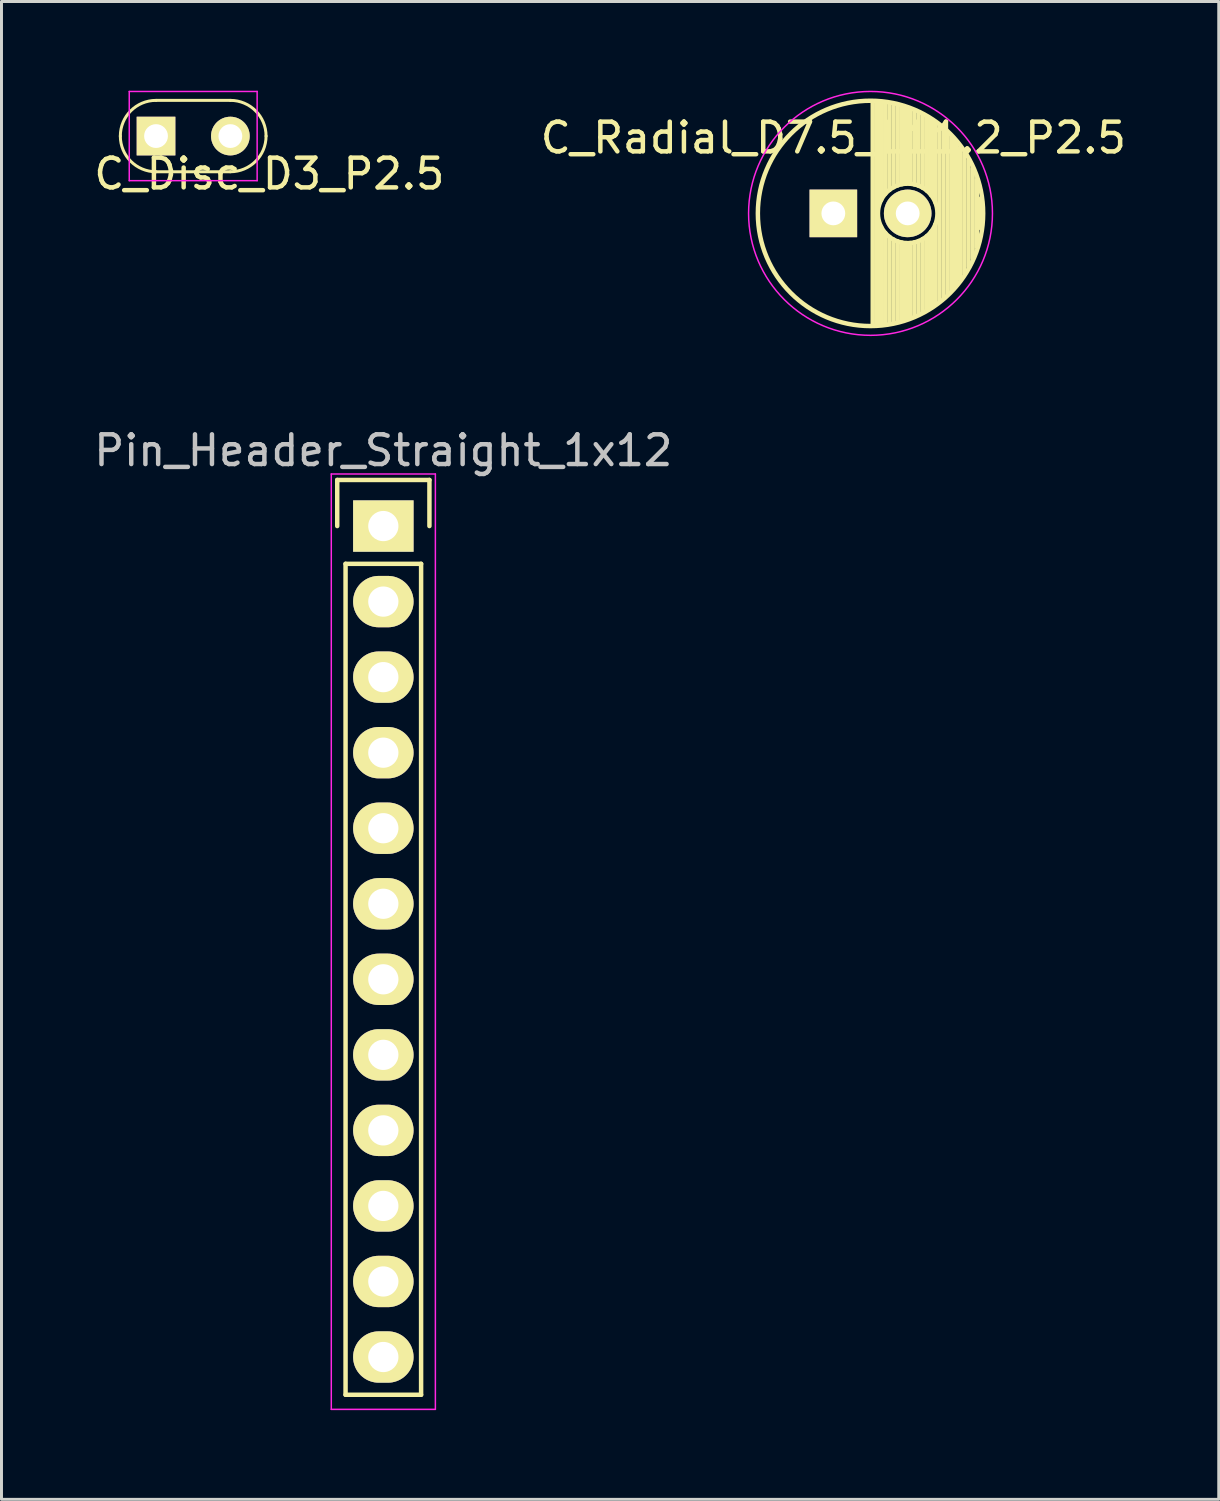
<source format=kicad_pcb>
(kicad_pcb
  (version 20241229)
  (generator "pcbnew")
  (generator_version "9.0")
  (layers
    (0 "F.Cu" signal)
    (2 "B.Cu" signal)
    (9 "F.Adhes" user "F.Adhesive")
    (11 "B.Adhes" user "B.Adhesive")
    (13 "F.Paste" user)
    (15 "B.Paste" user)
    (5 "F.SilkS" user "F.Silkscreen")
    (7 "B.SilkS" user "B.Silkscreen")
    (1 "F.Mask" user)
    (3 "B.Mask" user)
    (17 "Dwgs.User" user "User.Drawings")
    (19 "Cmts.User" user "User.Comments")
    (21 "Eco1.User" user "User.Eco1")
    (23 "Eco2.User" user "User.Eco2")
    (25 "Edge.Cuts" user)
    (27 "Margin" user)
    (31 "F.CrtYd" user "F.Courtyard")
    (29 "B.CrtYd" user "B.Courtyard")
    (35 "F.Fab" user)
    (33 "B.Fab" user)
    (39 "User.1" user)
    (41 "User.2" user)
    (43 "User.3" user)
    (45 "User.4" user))
  (footprint "C_Radial_D7.5_L11.2_P2.5"
    (layer "F.Cu")
    (at 24.97 4.125)
    (property "Reference" "C_Radial_D7.5_L11.2_P2.5" (at 0 -2.54 0) (layer "F.SilkS") (effects (font (size 1 1) (thickness 0.15))))
    (attr through_hole)
    (fp_line (start 1.325 -3.749) (end 1.325 3.749) (stroke (width 0.15) (type solid)) (layer "F.SilkS"))
    (fp_line (start 1.465 -3.744) (end 1.465 3.744) (stroke (width 0.15) (type solid)) (layer "F.SilkS"))
    (fp_line (start 1.605 -3.733) (end 1.605 -0.446) (stroke (width 0.15) (type solid)) (layer "F.SilkS"))
    (fp_line (start 1.605 0.446) (end 1.605 3.733) (stroke (width 0.15) (type solid)) (layer "F.SilkS"))
    (fp_line (start 1.745 -3.717) (end 1.745 -0.656) (stroke (width 0.15) (type solid)) (layer "F.SilkS"))
    (fp_line (start 1.745 0.656) (end 1.745 3.717) (stroke (width 0.15) (type solid)) (layer "F.SilkS"))
    (fp_line (start 1.885 -3.696) (end 1.885 -0.789) (stroke (width 0.15) (type solid)) (layer "F.SilkS"))
    (fp_line (start 1.885 0.789) (end 1.885 3.696) (stroke (width 0.15) (type solid)) (layer "F.SilkS"))
    (fp_line (start 2.025 -3.669) (end 2.025 -0.88) (stroke (width 0.15) (type solid)) (layer "F.SilkS"))
    (fp_line (start 2.025 0.88) (end 2.025 3.669) (stroke (width 0.15) (type solid)) (layer "F.SilkS"))
    (fp_line (start 2.165 -3.637) (end 2.165 -0.942) (stroke (width 0.15) (type solid)) (layer "F.SilkS"))
    (fp_line (start 2.165 0.942) (end 2.165 3.637) (stroke (width 0.15) (type solid)) (layer "F.SilkS"))
    (fp_line (start 2.305 -3.599) (end 2.305 -0.981) (stroke (width 0.15) (type solid)) (layer "F.SilkS"))
    (fp_line (start 2.305 0.981) (end 2.305 3.599) (stroke (width 0.15) (type solid)) (layer "F.SilkS"))
    (fp_line (start 2.445 -3.555) (end 2.445 -0.998) (stroke (width 0.15) (type solid)) (layer "F.SilkS"))
    (fp_line (start 2.445 0.998) (end 2.445 3.555) (stroke (width 0.15) (type solid)) (layer "F.SilkS"))
    (fp_line (start 2.585 -3.504) (end 2.585 -0.996) (stroke (width 0.15) (type solid)) (layer "F.SilkS"))
    (fp_line (start 2.585 0.996) (end 2.585 3.504) (stroke (width 0.15) (type solid)) (layer "F.SilkS"))
    (fp_line (start 2.725 -3.448) (end 2.725 -0.974) (stroke (width 0.15) (type solid)) (layer "F.SilkS"))
    (fp_line (start 2.725 0.974) (end 2.725 3.448) (stroke (width 0.15) (type solid)) (layer "F.SilkS"))
    (fp_line (start 2.865 -3.384) (end 2.865 -0.931) (stroke (width 0.15) (type solid)) (layer "F.SilkS"))
    (fp_line (start 2.865 0.931) (end 2.865 3.384) (stroke (width 0.15) (type solid)) (layer "F.SilkS"))
    (fp_line (start 3.005 -3.314) (end 3.005 -0.863) (stroke (width 0.15) (type solid)) (layer "F.SilkS"))
    (fp_line (start 3.005 0.863) (end 3.005 3.314) (stroke (width 0.15) (type solid)) (layer "F.SilkS"))
    (fp_line (start 3.145 -3.236) (end 3.145 -0.764) (stroke (width 0.15) (type solid)) (layer "F.SilkS"))
    (fp_line (start 3.145 0.764) (end 3.145 3.236) (stroke (width 0.15) (type solid)) (layer "F.SilkS"))
    (fp_line (start 3.285 -3.15) (end 3.285 -0.619) (stroke (width 0.15) (type solid)) (layer "F.SilkS"))
    (fp_line (start 3.285 0.619) (end 3.285 3.15) (stroke (width 0.15) (type solid)) (layer "F.SilkS"))
    (fp_line (start 3.425 -3.055) (end 3.425 -0.38) (stroke (width 0.15) (type solid)) (layer "F.SilkS"))
    (fp_line (start 3.425 0.38) (end 3.425 3.055) (stroke (width 0.15) (type solid)) (layer "F.SilkS"))
    (fp_line (start 3.565 -2.95) (end 3.565 2.95) (stroke (width 0.15) (type solid)) (layer "F.SilkS"))
    (fp_line (start 3.705 -2.835) (end 3.705 2.835) (stroke (width 0.15) (type solid)) (layer "F.SilkS"))
    (fp_line (start 3.845 -2.707) (end 3.845 2.707) (stroke (width 0.15) (type solid)) (layer "F.SilkS"))
    (fp_line (start 3.985 -2.566) (end 3.985 2.566) (stroke (width 0.15) (type solid)) (layer "F.SilkS"))
    (fp_line (start 4.125 -2.408) (end 4.125 2.408) (stroke (width 0.15) (type solid)) (layer "F.SilkS"))
    (fp_line (start 4.265 -2.23) (end 4.265 2.23) (stroke (width 0.15) (type solid)) (layer "F.SilkS"))
    (fp_line (start 4.405 -2.027) (end 4.405 2.027) (stroke (width 0.15) (type solid)) (layer "F.SilkS"))
    (fp_line (start 4.545 -1.79) (end 4.545 1.79) (stroke (width 0.15) (type solid)) (layer "F.SilkS"))
    (fp_line (start 4.685 -1.504) (end 4.685 1.504) (stroke (width 0.15) (type solid)) (layer "F.SilkS"))
    (fp_line (start 4.825 -1.132) (end 4.825 1.132) (stroke (width 0.15) (type solid)) (layer "F.SilkS"))
    (fp_line (start 4.965 -0.511) (end 4.965 0.511) (stroke (width 0.15) (type solid)) (layer "F.SilkS"))
    (fp_circle (center 1.25 0) (end 1.25 -3.788) (stroke (width 0.15) (type solid)) (fill no) (layer "F.SilkS"))
    (fp_circle (center 2.5 0) (end 2.5 -1) (stroke (width 0.15) (type solid)) (fill no) (layer "F.SilkS"))
    (fp_circle (center 1.25 0) (end 1.25 -4.1) (stroke (width 0.05) (type solid)) (fill no) (layer "F.CrtYd"))
    (pad "1" thru_hole rect (at 0 0) (size 1.6 1.6) (drill 0.8) (layers "*.Cu" "*.Mask" "F.SilkS"))
    (pad "2" thru_hole circle (at 2.5 0) (size 1.6 1.6) (drill 0.8) (layers "*.Cu" "*.Mask" "F.SilkS")))
  (footprint "Pin_Header_Straight_1x12"
    (layer "F.Cu")
    (at 9.839 14.638)
    (property "Reference" "Pin_Header_Straight_1x12" (at 0 -2.54 0) (layer "Dwgs.User") (effects (font (size 1 1) (thickness 0.15))))
    (attr through_hole)
    (fp_line (start -1.55 -1.55) (end 1.55 -1.55) (stroke (width 0.15) (type solid)) (layer "F.SilkS"))
    (fp_line (start -1.55 0) (end -1.55 -1.55) (stroke (width 0.15) (type solid)) (layer "F.SilkS"))
    (fp_line (start -1.27 29.21) (end -1.27 1.27) (stroke (width 0.15) (type solid)) (layer "F.SilkS"))
    (fp_line (start 1.27 1.27) (end -1.27 1.27) (stroke (width 0.15) (type solid)) (layer "F.SilkS"))
    (fp_line (start 1.27 1.27) (end 1.27 29.21) (stroke (width 0.15) (type solid)) (layer "F.SilkS"))
    (fp_line (start 1.27 29.21) (end -1.27 29.21) (stroke (width 0.15) (type solid)) (layer "F.SilkS"))
    (fp_line (start 1.55 -1.55) (end 1.55 0) (stroke (width 0.15) (type solid)) (layer "F.SilkS"))
    (fp_line (start -1.75 -1.75) (end -1.75 29.7) (stroke (width 0.05) (type solid)) (layer "F.CrtYd"))
    (fp_line (start -1.75 -1.75) (end 1.75 -1.75) (stroke (width 0.05) (type solid)) (layer "F.CrtYd"))
    (fp_line (start -1.75 29.7) (end 1.75 29.7) (stroke (width 0.05) (type solid)) (layer "F.CrtYd"))
    (fp_line (start 1.75 -1.75) (end 1.75 29.7) (stroke (width 0.05) (type solid)) (layer "F.CrtYd"))
    (pad "1" thru_hole rect (at 0 0) (size 2.032 1.727) (drill 1.016) (layers "*.Cu" "*.Mask" "F.SilkS"))
    (pad "2" thru_hole oval (at 0 2.54) (size 2.032 1.727) (drill 1.016) (layers "*.Cu" "*.Mask" "F.SilkS"))
    (pad "3" thru_hole oval (at 0 5.08) (size 2.032 1.727) (drill 1.016) (layers "*.Cu" "*.Mask" "F.SilkS"))
    (pad "4" thru_hole oval (at 0 7.62) (size 2.032 1.727) (drill 1.016) (layers "*.Cu" "*.Mask" "F.SilkS"))
    (pad "5" thru_hole oval (at 0 10.16) (size 2.032 1.727) (drill 1.016) (layers "*.Cu" "*.Mask" "F.SilkS"))
    (pad "6" thru_hole oval (at 0 12.7) (size 2.032 1.727) (drill 1.016) (layers "*.Cu" "*.Mask" "F.SilkS"))
    (pad "7" thru_hole oval (at 0 15.24) (size 2.032 1.727) (drill 1.016) (layers "*.Cu" "*.Mask" "F.SilkS"))
    (pad "8" thru_hole oval (at 0 17.78) (size 2.032 1.727) (drill 1.016) (layers "*.Cu" "*.Mask" "F.SilkS"))
    (pad "9" thru_hole oval (at 0 20.32) (size 2.032 1.727) (drill 1.016) (layers "*.Cu" "*.Mask" "F.SilkS"))
    (pad "10" thru_hole oval (at 0 22.86) (size 2.032 1.727) (drill 1.016) (layers "*.Cu" "*.Mask" "F.SilkS"))
    (pad "11" thru_hole oval (at 0 25.4) (size 2.032 1.727) (drill 1.016) (layers "*.Cu" "*.Mask" "F.SilkS"))
    (pad "12" thru_hole oval (at 0 27.94) (size 2.032 1.727) (drill 1.016) (layers "*.Cu" "*.Mask" "F.SilkS")))
  (footprint "C_Disc_D3_P2.5"
    (layer "F.Cu")
    (at 2.196 1.525)
    (property "Reference" "C_Disc_D3_P2.5" (at 3.81 1.27 0) (layer "F.SilkS") (effects (font (size 1 1) (thickness 0.15))))
    (attr through_hole)
    (fp_line (start 0 -1.2) (end 2.5 -1.2) (stroke (width 0.1) (type solid)) (layer "F.SilkS"))
    (fp_line (start 0 1.2) (end 2.5 1.2) (stroke (width 0.1) (type solid)) (layer "F.SilkS"))
    (fp_arc (start -1.2 0) (mid -0.848528 -0.848528) (end 0 -1.2) (stroke (width 0.1) (type solid)) (layer "F.SilkS"))
    (fp_arc (start 0 1.2) (mid -0.848528 0.848528) (end -1.2 0) (stroke (width 0.1) (type solid)) (layer "F.SilkS"))
    (fp_arc (start 2.5 -1.2) (mid 3.348528 -0.848528) (end 3.7 0) (stroke (width 0.1) (type solid)) (layer "F.SilkS"))
    (fp_arc (start 3.7 0) (mid 3.348528 0.848528) (end 2.5 1.2) (stroke (width 0.1) (type solid)) (layer "F.SilkS"))
    (fp_line (start -0.9 -1.5) (end 3.4 -1.5) (stroke (width 0.05) (type solid)) (layer "F.CrtYd"))
    (fp_line (start -0.9 1.5) (end -0.9 -1.5) (stroke (width 0.05) (type solid)) (layer "F.CrtYd"))
    (fp_line (start 3.4 -1.5) (end 3.4 1.5) (stroke (width 0.05) (type solid)) (layer "F.CrtYd"))
    (fp_line (start 3.4 1.5) (end -0.9 1.5) (stroke (width 0.05) (type solid)) (layer "F.CrtYd"))
    (pad "1" thru_hole rect (at 0 0) (size 1.3 1.3) (drill 0.8) (layers "*.Cu" "*.Mask" "F.SilkS"))
    (pad "2" thru_hole circle (at 2.5 0) (size 1.3 1.3) (drill 0.8) (layers "*.Cu" "*.Mask" "F.SilkS")))
  (gr_rect
    (start -3 -3)
    (end 37.929 47.363)
    (stroke (width 0.1) (type default))
    (fill no)
    (layer "Edge.Cuts")))
</source>
